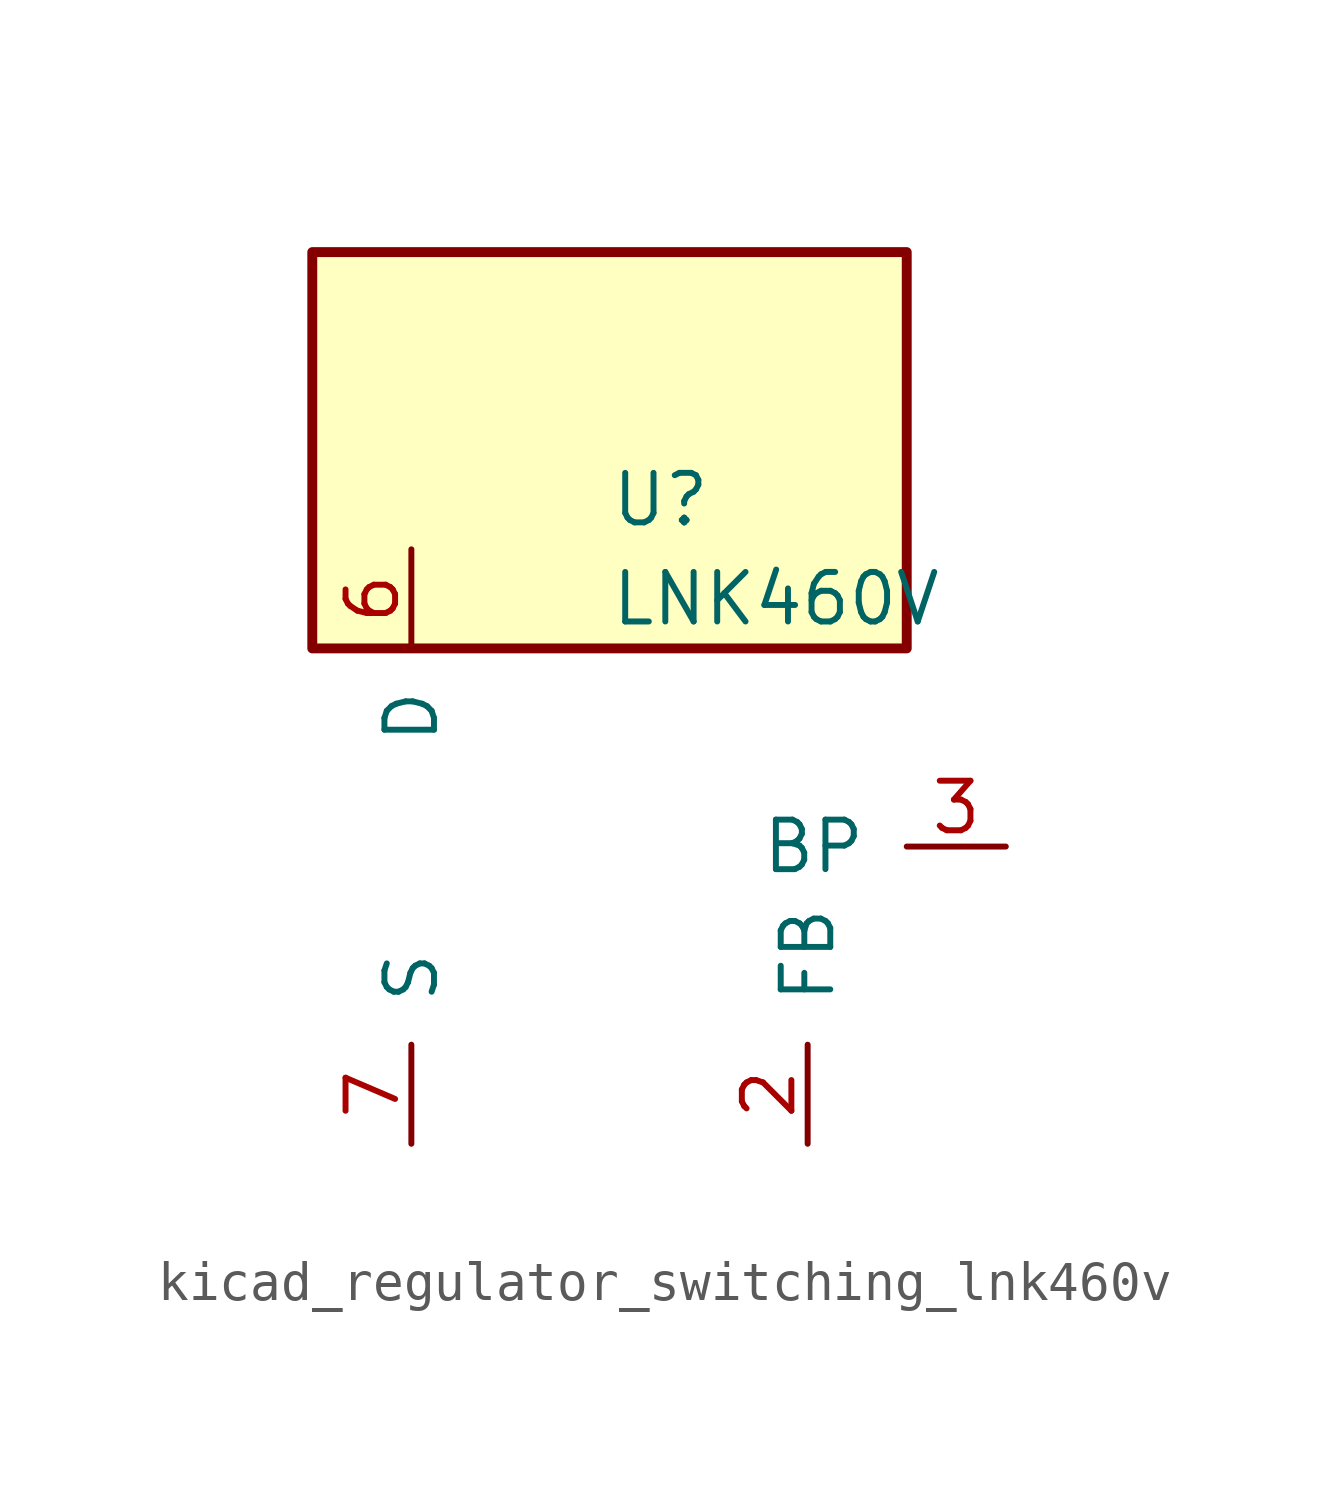
<source format=kicad_sym>
(kicad_symbol_lib
  (version 20220914)
  (generator kicad_symbol_editor)
  (symbol "kicad_regulator_switching_lnk460v"
    (pin_names
      (offset 1.016))
    (property "Reference" "U"
      (at 0 8.89 0)
      (effects (font (size 1.27 1.27)) (justify left)))
    (property "Value" "LNK460V"
      (at 0 6.35 0)
      (effects (font (size 1.27 1.27)) (justify left)))
    (symbol "kicad_regulator_switching_lnk460v_0_1"
      (rectangle (start 7.62 15.24) (end -7.62 5.08) (stroke (width 0.254) (type default)) (fill (type background))))
    (symbol "kicad_regulator_switching_lnk460v_1_1"
      (pin no_connect line (at -2.54 5.08 270) (length 2.54) hide (name "NC" (effects (font (size 1.27 1.27)))) (number "1" (effects (font (size 1.27 1.27)))))
      (pin passive line (at -5.08 -7.62 90) (length 2.54) hide (name "S" (effects (font (size 1.27 1.27)))) (number "10" (effects (font (size 1.27 1.27)))))
      (pin passive line (at -5.08 -7.62 90) (length 2.54) hide (name "S" (effects (font (size 1.27 1.27)))) (number "11" (effects (font (size 1.27 1.27)))))
      (pin passive line (at -5.08 -7.62 90) (length 2.54) hide (name "S" (effects (font (size 1.27 1.27)))) (number "12" (effects (font (size 1.27 1.27)))))
      (pin input line (at 5.08 -7.62 90) (length 2.54) (name "FB" (effects (font (size 1.27 1.27)))) (number "2" (effects (font (size 1.27 1.27)))))
      (pin input line (at 10.16 0 180) (length 2.54) (name "BP" (effects (font (size 1.27 1.27)))) (number "3" (effects (font (size 1.27 1.27)))))
      (pin no_connect line (at 0 5.08 270) (length 2.54) hide (name "NC" (effects (font (size 1.27 1.27)))) (number "4" (effects (font (size 1.27 1.27)))))
      (pin open_collector line (at -5.08 7.62 270) (length 2.54) (name "D" (effects (font (size 1.27 1.27)))) (number "6" (effects (font (size 1.27 1.27)))))
      (pin power_in line (at -5.08 -7.62 90) (length 2.54) (name "S" (effects (font (size 1.27 1.27)))) (number "7" (effects (font (size 1.27 1.27)))))
      (pin passive line (at -5.08 -7.62 90) (length 2.54) hide (name "S" (effects (font (size 1.27 1.27)))) (number "8" (effects (font (size 1.27 1.27)))))
      (pin passive line (at -5.08 -7.62 90) (length 2.54) hide (name "S" (effects (font (size 1.27 1.27)))) (number "9" (effects (font (size 1.27 1.27))))))))
</source>
